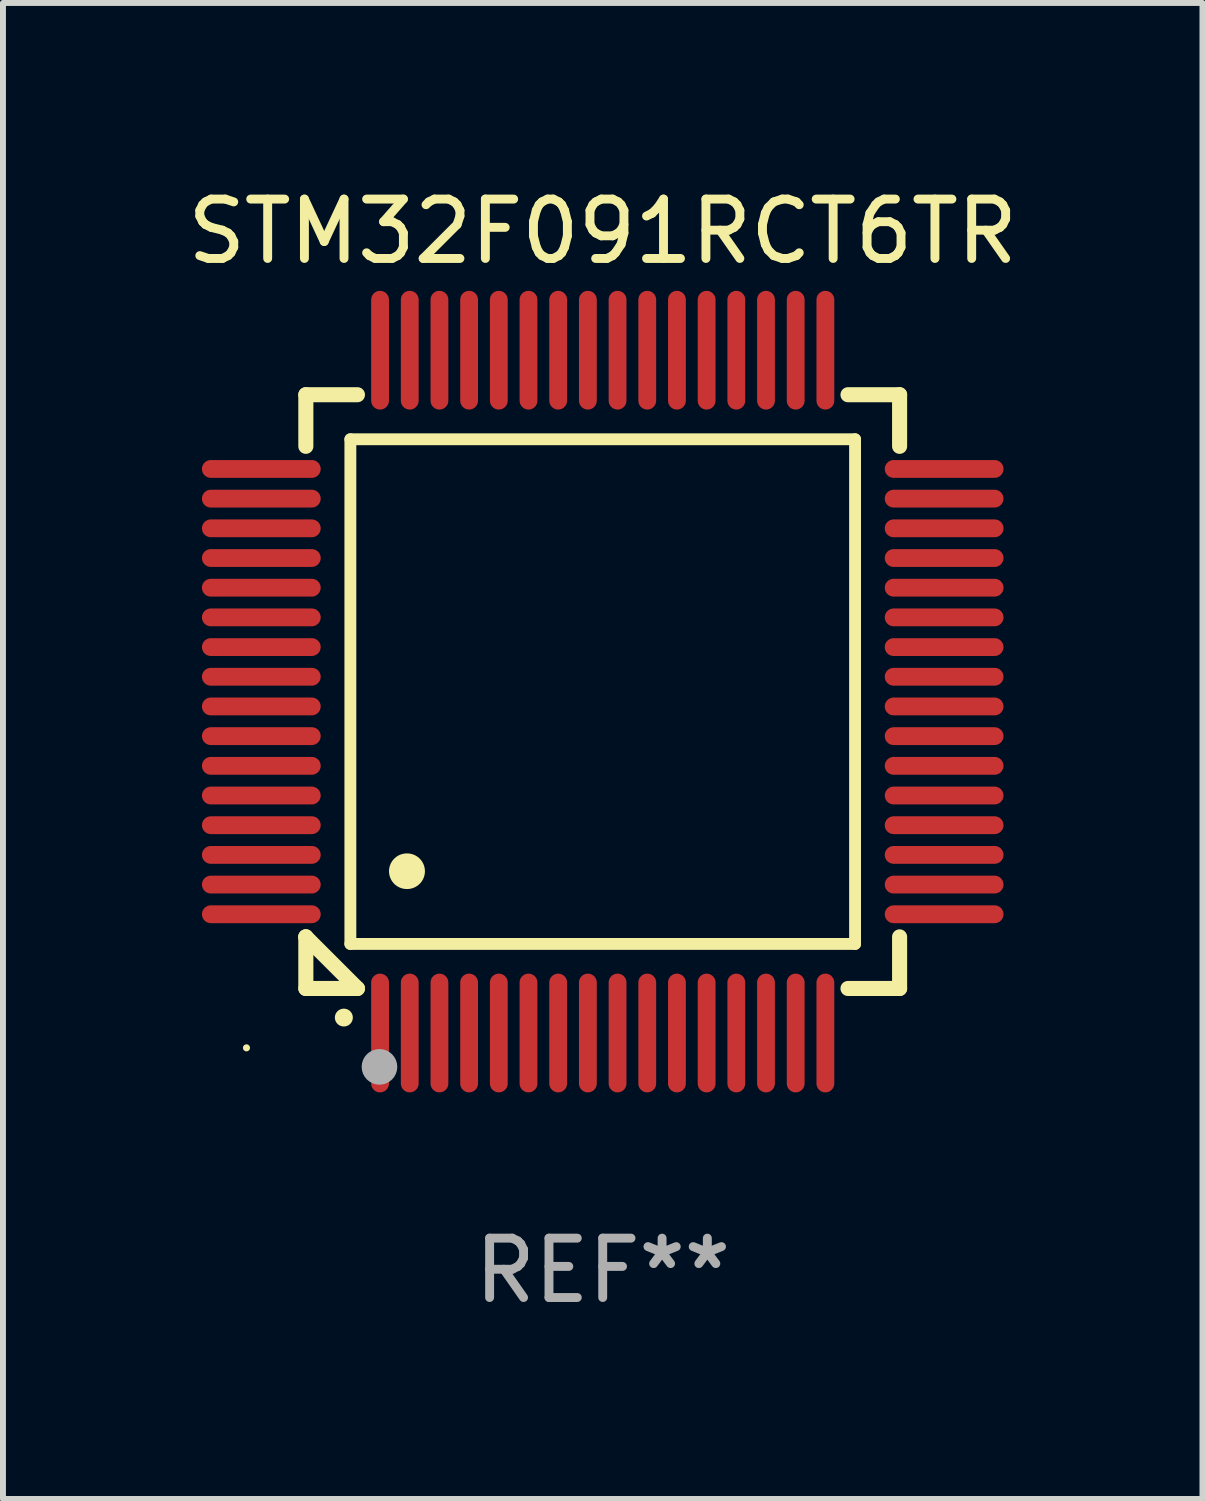
<source format=kicad_pcb>
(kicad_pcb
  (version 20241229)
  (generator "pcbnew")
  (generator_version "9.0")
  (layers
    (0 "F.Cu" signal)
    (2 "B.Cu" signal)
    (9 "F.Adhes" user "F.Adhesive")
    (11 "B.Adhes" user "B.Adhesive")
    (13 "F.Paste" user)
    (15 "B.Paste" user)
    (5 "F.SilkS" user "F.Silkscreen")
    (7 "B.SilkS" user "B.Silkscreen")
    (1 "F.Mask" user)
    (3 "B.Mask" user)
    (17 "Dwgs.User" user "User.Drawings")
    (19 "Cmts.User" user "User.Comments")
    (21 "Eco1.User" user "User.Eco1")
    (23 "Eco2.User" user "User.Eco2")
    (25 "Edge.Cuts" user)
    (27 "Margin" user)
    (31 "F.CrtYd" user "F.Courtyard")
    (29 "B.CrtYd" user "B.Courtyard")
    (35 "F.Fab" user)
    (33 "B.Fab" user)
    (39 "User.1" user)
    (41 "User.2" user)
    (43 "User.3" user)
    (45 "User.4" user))
  (footprint "STM32F091RCT6TR"
    (layer "F.Cu")
    (at 7.101 8.598)
    (property "Reference" "STM32F091RCT6TR" (at 0 -7.75 0) (layer "F.SilkS") (effects (font (size 1 1) (thickness 0.15))))
    (attr through_hole)
    (fp_line (start -5 -5) (end -4.131 -5) (stroke (width 0.254) (type solid)) (layer "F.SilkS"))
    (fp_line (start -5 -4.131) (end -5 -5) (stroke (width 0.254) (type solid)) (layer "F.SilkS"))
    (fp_line (start -5 4.131) (end -5 4.131) (stroke (width 0.254) (type solid)) (layer "F.SilkS"))
    (fp_line (start -5 5) (end -5 4.131) (stroke (width 0.254) (type solid)) (layer "F.SilkS"))
    (fp_line (start -5 4.131) (end -4.131 5) (stroke (width 0.254) (type solid)) (layer "F.SilkS"))
    (fp_line (start -4.25 -4.25) (end -4.25 4.25) (stroke (width 0.2) (type solid)) (layer "F.SilkS"))
    (fp_line (start -4.25 4.25) (end 4.25 4.25) (stroke (width 0.2) (type solid)) (layer "F.SilkS"))
    (fp_line (start -4.131 5) (end -5 5) (stroke (width 0.254) (type solid)) (layer "F.SilkS"))
    (fp_line (start 4.25 -4.25) (end -4.25 -4.25) (stroke (width 0.2) (type solid)) (layer "F.SilkS"))
    (fp_line (start 4.25 4.25) (end 4.25 -4.25) (stroke (width 0.2) (type solid)) (layer "F.SilkS"))
    (fp_line (start 5 -5) (end 4.131 -5) (stroke (width 0.254) (type solid)) (layer "F.SilkS"))
    (fp_line (start 5 -5) (end 5 -4.131) (stroke (width 0.254) (type solid)) (layer "F.SilkS"))
    (fp_line (start 5 4.131) (end 5 5) (stroke (width 0.254) (type solid)) (layer "F.SilkS"))
    (fp_line (start 5 5) (end 4.131 5) (stroke (width 0.254) (type solid)) (layer "F.SilkS"))
    (fp_arc (start -4.361265 5.489992) (mid -4.359995 5.489987) (end -4.358725 5.489992) (stroke (width 0.3) (type solid)) (layer "F.SilkS"))
    (fp_arc (start -3.299467 3.025146) (mid -3.296927 3.025135) (end -3.294387 3.025146) (stroke (width 0.6) (type solid)) (layer "F.SilkS"))
    (fp_circle (center -6 6) (end -5.97 6) (stroke (width 0.06) (type solid)) (fill no) (layer "F.SilkS"))
    (fp_circle (center -3.76 6.32) (end -3.61 6.32) (stroke (width 0.3) (type solid)) (fill no) (layer "F.Fab"))
    (fp_text user "REF**" (at 0 9.75 0) (layer "F.Fab") (effects (font (size 1 1) (thickness 0.15))))
    (pad "1" smd oval (at -3.75 5.75) (size 0.3 2) (layers "F.Cu" "F.Mask" "F.Paste"))
    (pad "2" smd oval (at -3.25 5.75) (size 0.3 2) (layers "F.Cu" "F.Mask" "F.Paste"))
    (pad "3" smd oval (at -2.75 5.75) (size 0.3 2) (layers "F.Cu" "F.Mask" "F.Paste"))
    (pad "4" smd oval (at -2.25 5.75) (size 0.3 2) (layers "F.Cu" "F.Mask" "F.Paste"))
    (pad "5" smd oval (at -1.75 5.75) (size 0.3 2) (layers "F.Cu" "F.Mask" "F.Paste"))
    (pad "6" smd oval (at -1.25 5.75) (size 0.3 2) (layers "F.Cu" "F.Mask" "F.Paste"))
    (pad "7" smd oval (at -0.75 5.75) (size 0.3 2) (layers "F.Cu" "F.Mask" "F.Paste"))
    (pad "8" smd oval (at -0.25 5.75) (size 0.3 2) (layers "F.Cu" "F.Mask" "F.Paste"))
    (pad "9" smd oval (at 0.25 5.75) (size 0.3 2) (layers "F.Cu" "F.Mask" "F.Paste"))
    (pad "10" smd oval (at 0.75 5.75) (size 0.3 2) (layers "F.Cu" "F.Mask" "F.Paste"))
    (pad "11" smd oval (at 1.25 5.75) (size 0.3 2) (layers "F.Cu" "F.Mask" "F.Paste"))
    (pad "12" smd oval (at 1.75 5.75) (size 0.3 2) (layers "F.Cu" "F.Mask" "F.Paste"))
    (pad "13" smd oval (at 2.25 5.75) (size 0.3 2) (layers "F.Cu" "F.Mask" "F.Paste"))
    (pad "14" smd oval (at 2.75 5.75) (size 0.3 2) (layers "F.Cu" "F.Mask" "F.Paste"))
    (pad "15" smd oval (at 3.25 5.75) (size 0.3 2) (layers "F.Cu" "F.Mask" "F.Paste"))
    (pad "16" smd oval (at 3.75 5.75) (size 0.3 2) (layers "F.Cu" "F.Mask" "F.Paste"))
    (pad "17" smd oval (at 5.75 3.75) (size 2 0.3) (layers "F.Cu" "F.Mask" "F.Paste"))
    (pad "18" smd oval (at 5.75 3.25) (size 2 0.3) (layers "F.Cu" "F.Mask" "F.Paste"))
    (pad "19" smd oval (at 5.75 2.75) (size 2 0.3) (layers "F.Cu" "F.Mask" "F.Paste"))
    (pad "20" smd oval (at 5.75 2.25) (size 2 0.3) (layers "F.Cu" "F.Mask" "F.Paste"))
    (pad "21" smd oval (at 5.75 1.75) (size 2 0.3) (layers "F.Cu" "F.Mask" "F.Paste"))
    (pad "22" smd oval (at 5.75 1.25) (size 2 0.3) (layers "F.Cu" "F.Mask" "F.Paste"))
    (pad "23" smd oval (at 5.75 0.75) (size 2 0.3) (layers "F.Cu" "F.Mask" "F.Paste"))
    (pad "24" smd oval (at 5.75 0.25) (size 2 0.3) (layers "F.Cu" "F.Mask" "F.Paste"))
    (pad "25" smd oval (at 5.75 -0.25) (size 2 0.3) (layers "F.Cu" "F.Mask" "F.Paste"))
    (pad "26" smd oval (at 5.75 -0.75) (size 2 0.3) (layers "F.Cu" "F.Mask" "F.Paste"))
    (pad "27" smd oval (at 5.75 -1.25) (size 2 0.3) (layers "F.Cu" "F.Mask" "F.Paste"))
    (pad "28" smd oval (at 5.75 -1.75) (size 2 0.3) (layers "F.Cu" "F.Mask" "F.Paste"))
    (pad "29" smd oval (at 5.75 -2.25) (size 2 0.3) (layers "F.Cu" "F.Mask" "F.Paste"))
    (pad "30" smd oval (at 5.75 -2.75) (size 2 0.3) (layers "F.Cu" "F.Mask" "F.Paste"))
    (pad "31" smd oval (at 5.75 -3.25) (size 2 0.3) (layers "F.Cu" "F.Mask" "F.Paste"))
    (pad "32" smd oval (at 5.75 -3.75) (size 2 0.3) (layers "F.Cu" "F.Mask" "F.Paste"))
    (pad "33" smd oval (at 3.75 -5.75) (size 0.3 2) (layers "F.Cu" "F.Mask" "F.Paste"))
    (pad "34" smd oval (at 3.25 -5.75) (size 0.3 2) (layers "F.Cu" "F.Mask" "F.Paste"))
    (pad "35" smd oval (at 2.75 -5.75) (size 0.3 2) (layers "F.Cu" "F.Mask" "F.Paste"))
    (pad "36" smd oval (at 2.25 -5.75) (size 0.3 2) (layers "F.Cu" "F.Mask" "F.Paste"))
    (pad "37" smd oval (at 1.75 -5.75) (size 0.3 2) (layers "F.Cu" "F.Mask" "F.Paste"))
    (pad "38" smd oval (at 1.25 -5.75) (size 0.3 2) (layers "F.Cu" "F.Mask" "F.Paste"))
    (pad "39" smd oval (at 0.75 -5.75) (size 0.3 2) (layers "F.Cu" "F.Mask" "F.Paste"))
    (pad "40" smd oval (at 0.25 -5.75) (size 0.3 2) (layers "F.Cu" "F.Mask" "F.Paste"))
    (pad "41" smd oval (at -0.25 -5.75) (size 0.3 2) (layers "F.Cu" "F.Mask" "F.Paste"))
    (pad "42" smd oval (at -0.75 -5.75) (size 0.3 2) (layers "F.Cu" "F.Mask" "F.Paste"))
    (pad "43" smd oval (at -1.25 -5.75) (size 0.3 2) (layers "F.Cu" "F.Mask" "F.Paste"))
    (pad "44" smd oval (at -1.75 -5.75) (size 0.3 2) (layers "F.Cu" "F.Mask" "F.Paste"))
    (pad "45" smd oval (at -2.25 -5.75) (size 0.3 2) (layers "F.Cu" "F.Mask" "F.Paste"))
    (pad "46" smd oval (at -2.75 -5.75) (size 0.3 2) (layers "F.Cu" "F.Mask" "F.Paste"))
    (pad "47" smd oval (at -3.25 -5.75) (size 0.3 2) (layers "F.Cu" "F.Mask" "F.Paste"))
    (pad "48" smd oval (at -3.75 -5.75) (size 0.3 2) (layers "F.Cu" "F.Mask" "F.Paste"))
    (pad "49" smd oval (at -5.75 -3.75) (size 2 0.3) (layers "F.Cu" "F.Mask" "F.Paste"))
    (pad "50" smd oval (at -5.75 -3.25) (size 2 0.3) (layers "F.Cu" "F.Mask" "F.Paste"))
    (pad "51" smd oval (at -5.75 -2.75) (size 2 0.3) (layers "F.Cu" "F.Mask" "F.Paste"))
    (pad "52" smd oval (at -5.75 -2.25) (size 2 0.3) (layers "F.Cu" "F.Mask" "F.Paste"))
    (pad "53" smd oval (at -5.75 -1.75) (size 2 0.3) (layers "F.Cu" "F.Mask" "F.Paste"))
    (pad "54" smd oval (at -5.75 -1.25) (size 2 0.3) (layers "F.Cu" "F.Mask" "F.Paste"))
    (pad "55" smd oval (at -5.75 -0.75) (size 2 0.3) (layers "F.Cu" "F.Mask" "F.Paste"))
    (pad "56" smd oval (at -5.75 -0.25) (size 2 0.3) (layers "F.Cu" "F.Mask" "F.Paste"))
    (pad "57" smd oval (at -5.75 0.25) (size 2 0.3) (layers "F.Cu" "F.Mask" "F.Paste"))
    (pad "58" smd oval (at -5.75 0.75) (size 2 0.3) (layers "F.Cu" "F.Mask" "F.Paste"))
    (pad "59" smd oval (at -5.75 1.25) (size 2 0.3) (layers "F.Cu" "F.Mask" "F.Paste"))
    (pad "60" smd oval (at -5.75 1.75) (size 2 0.3) (layers "F.Cu" "F.Mask" "F.Paste"))
    (pad "61" smd oval (at -5.75 2.25) (size 2 0.3) (layers "F.Cu" "F.Mask" "F.Paste"))
    (pad "62" smd oval (at -5.75 2.75) (size 2 0.3) (layers "F.Cu" "F.Mask" "F.Paste"))
    (pad "63" smd oval (at -5.75 3.25) (size 2 0.3) (layers "F.Cu" "F.Mask" "F.Paste"))
    (pad "64" smd oval (at -5.75 3.75) (size 2 0.3) (layers "F.Cu" "F.Mask" "F.Paste")))
  (gr_rect
    (start -3 -3)
    (end 17.202 22.196)
    (stroke (width 0.1) (type default))
    (fill no)
    (layer "Edge.Cuts")))
</source>
